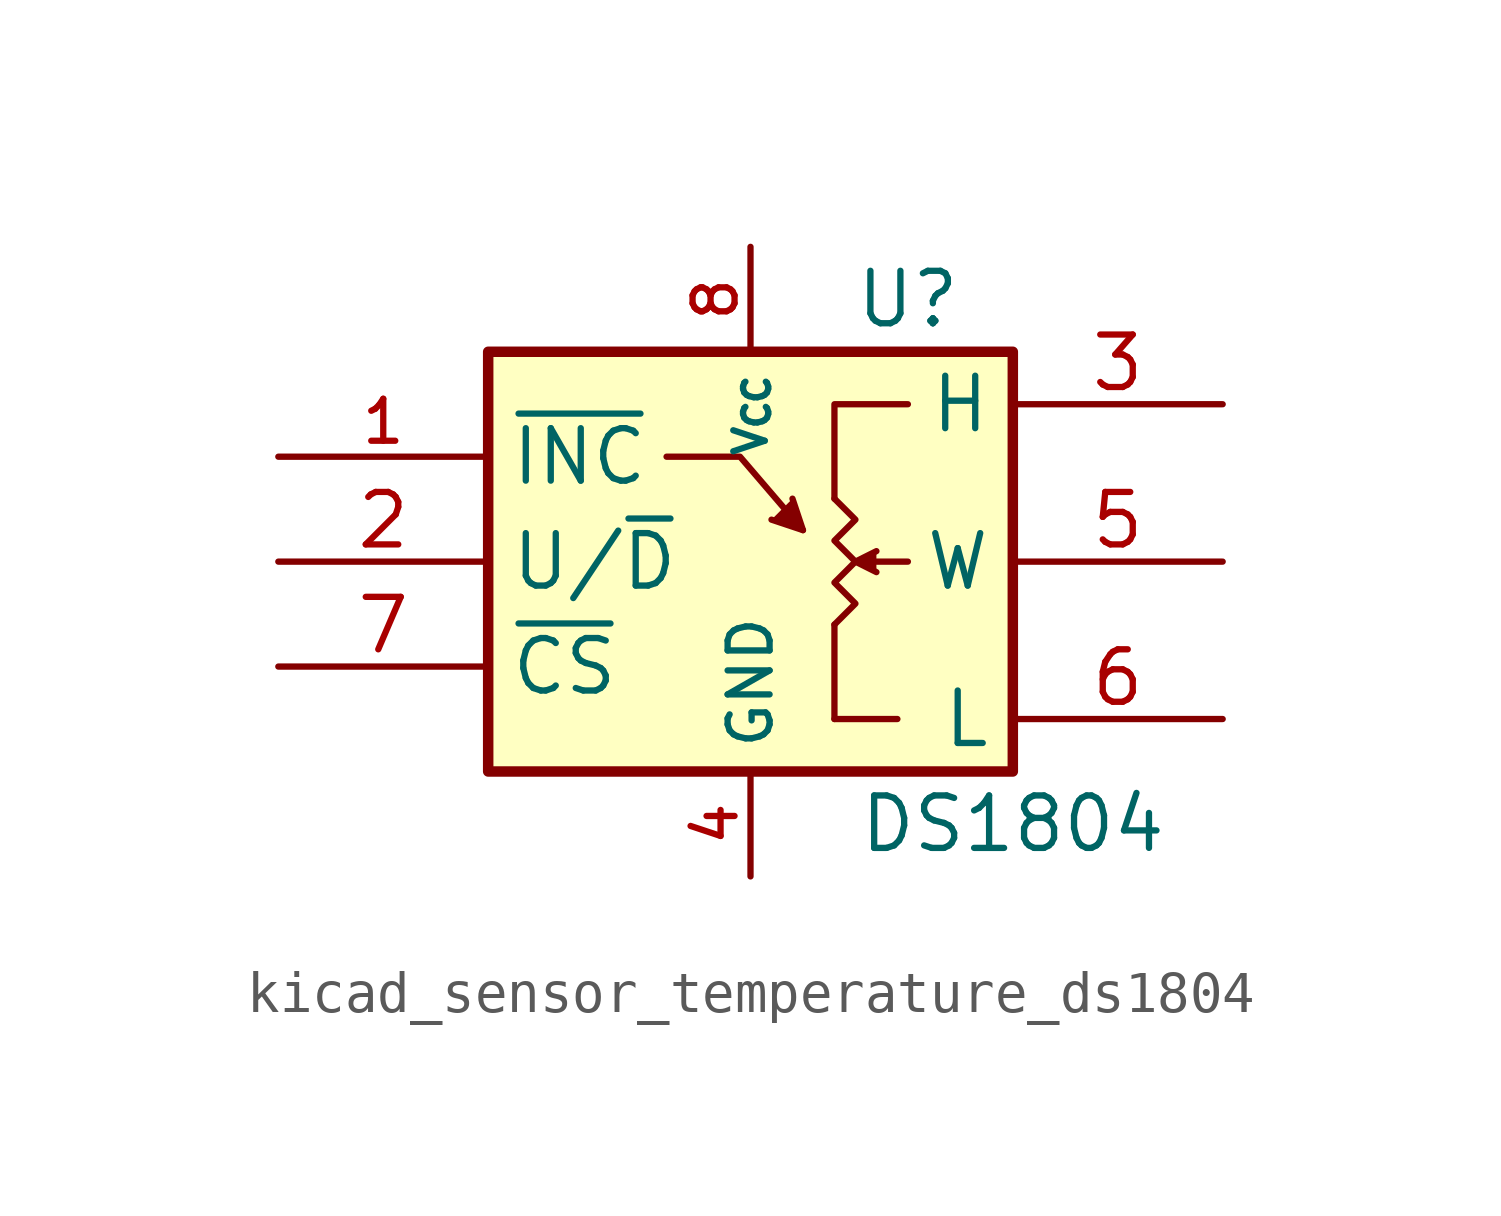
<source format=kicad_sym>
(kicad_symbol_lib
  (version 20220914)
  (generator kicad_symbol_editor)
  (symbol "kicad_sensor_temperature_ds1804"
    (property "Reference" "U"
      (at 3.81 6.35 0)
      (effects (font (size 1.27 1.27))))
    (property "Value" "DS1804"
      (at 6.35 -6.35 0)
      (effects (font (size 1.27 1.27))))
    (symbol "kicad_sensor_temperature_ds1804_0_1"
      (rectangle (start -6.35 5.08) (end 6.35 -5.08) (stroke (width 0.254) (type default)) (fill (type background)))
      (polyline (pts (xy 2.032 -1.524) (xy 2.032 -3.81)) (stroke (width 0) (type default)) (fill (type none)))
      (polyline (pts (xy 3.556 -3.81) (xy 2.032 -3.81)) (stroke (width 0) (type default)) (fill (type none)))
      (polyline (pts (xy 3.81 0) (xy 3.048 0)) (stroke (width 0) (type default)) (fill (type none)))
      (polyline (pts (xy -2.032 2.54) (xy -0.254 2.54) (xy 1.27 0.762)) (stroke (width 0) (type default)) (fill (type none)))
      (polyline (pts (xy 1.016 1.524) (xy 1.27 0.762) (xy 0.508 1.016)) (stroke (width 0) (type default)) (fill (type outline)))
      (polyline (pts (xy 2.032 1.524) (xy 2.032 3.81) (xy 3.81 3.81)) (stroke (width 0) (type default)) (fill (type none)))
      (polyline (pts (xy 3.048 -0.254) (xy 2.54 0) (xy 3.048 0.254)) (stroke (width 0) (type default)) (fill (type outline)))
      (polyline (pts (xy 2.54 0) (xy 2.032 0.508) (xy 2.54 1.016) (xy 2.032 1.524)) (stroke (width 0) (type default)) (fill (type none)))
      (polyline (pts (xy 2.54 0) (xy 2.032 -0.508) (xy 2.54 -1.016) (xy 2.032 -1.524) (xy 2.032 -1.524)) (stroke (width 0) (type default)) (fill (type none))))
    (symbol "kicad_sensor_temperature_ds1804_1_1"
      (pin input line (at -11.43 2.54 0) (length 5.08) (name "~{INC}" (effects (font (size 1.27 1.27)))) (number "1" (effects (font (size 1.016 1.016)))))
      (pin input line (at -11.43 0 0) (length 5.08) (name "U/~{D}" (effects (font (size 1.27 1.27)))) (number "2" (effects (font (size 1.27 1.27)))))
      (pin passive line (at 11.43 3.81 180) (length 5.08) (name "H" (effects (font (size 1.27 1.27)))) (number "3" (effects (font (size 1.27 1.27)))))
      (pin power_in line (at 0 -7.62 90) (length 2.54) (name "GND" (effects (font (size 1.016 1.016)))) (number "4" (effects (font (size 1.016 1.016)))))
      (pin passive line (at 11.43 0 180) (length 5.08) (name "W" (effects (font (size 1.27 1.27)))) (number "5" (effects (font (size 1.27 1.27)))))
      (pin passive line (at 11.43 -3.81 180) (length 5.08) (name "L" (effects (font (size 1.27 1.27)))) (number "6" (effects (font (size 1.27 1.27)))))
      (pin input line (at -11.43 -2.54 0) (length 5.08) (name "~{CS}" (effects (font (size 1.27 1.27)))) (number "7" (effects (font (size 1.27 1.27)))))
      (pin power_in line (at 0 7.62 270) (length 2.54) (name "V_{CC}" (effects (font (size 0.762 0.762)))) (number "8" (effects (font (size 1.016 1.016))))))))
</source>
